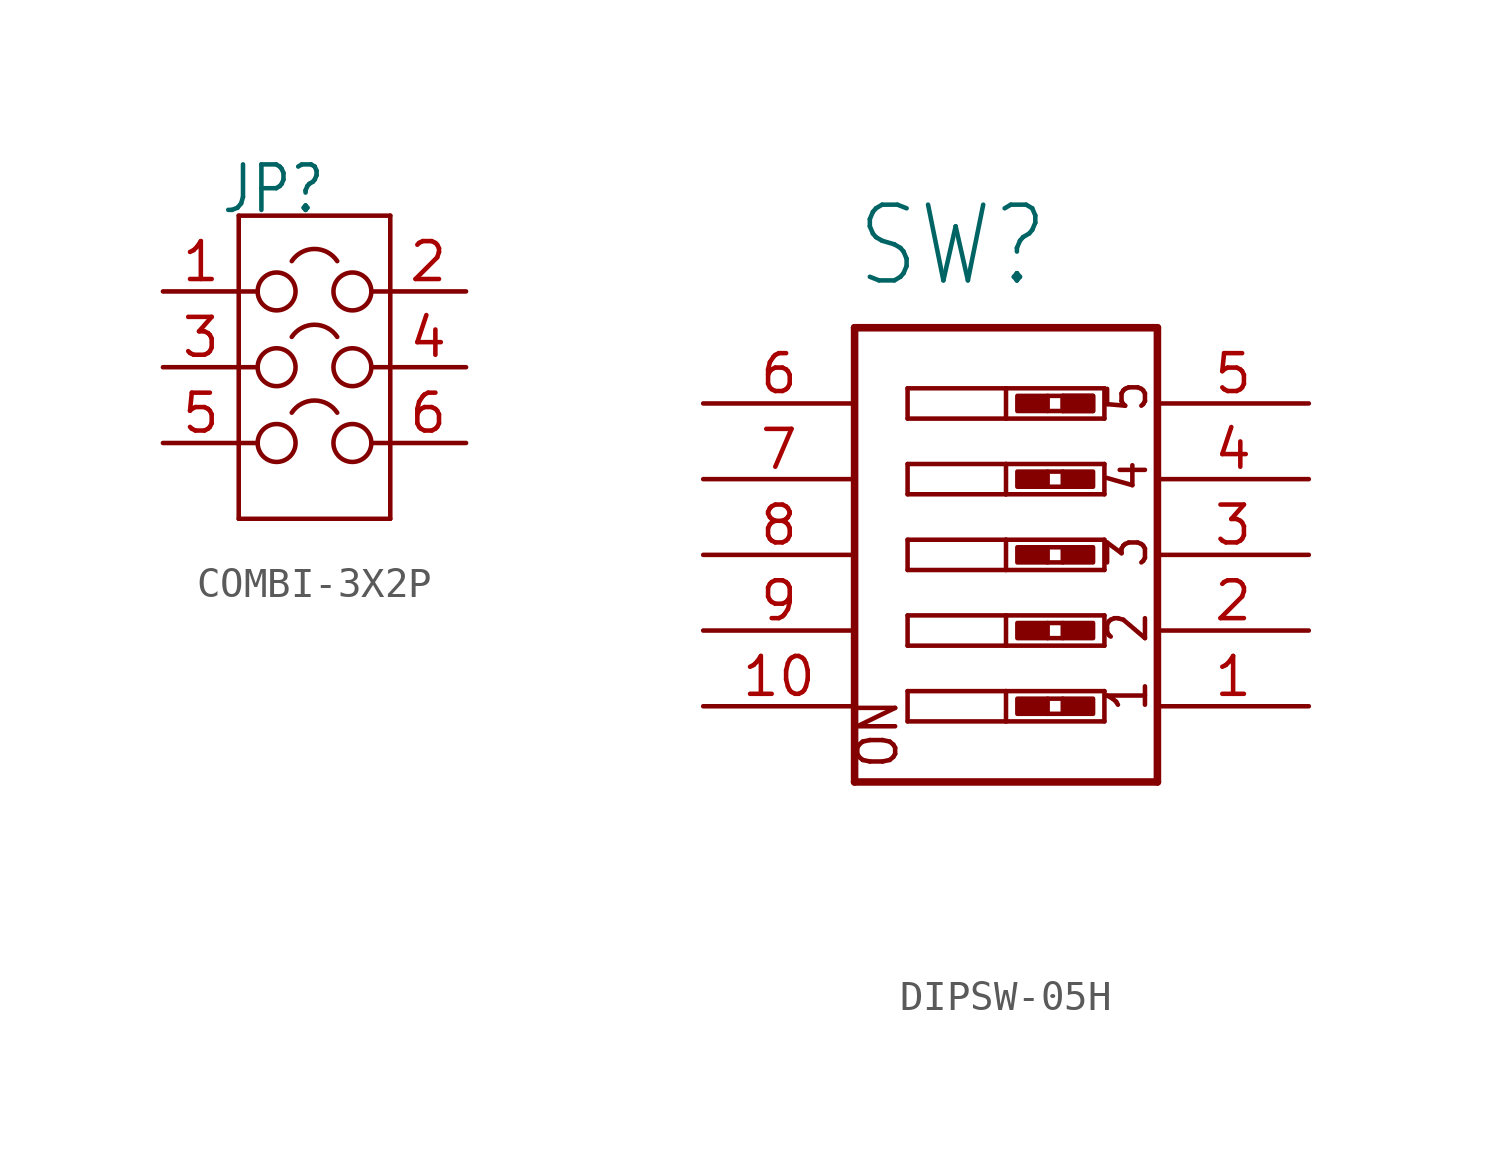
<source format=kicad_sym>
(kicad_symbol_lib
  (version 20220914)
  (generator kicad_symbol_editor)
  (symbol "COMBI-3X2P"
    (property "Reference" "JP"
      (at -3.175 5.08 0)
      (effects (font (size 1.524 1.295)) (justify left bottom)))
    (property "ki_locked" ""
      (at 0 0 0)
      (effects (font (size 1.27 1.27))))
    (symbol "COMBI-3X2P_1_0"
      (circle (center -1.27 -2.54) (radius 0.635) (stroke (width 0.152) (type solid)) (fill (type none)))
      (circle (center -1.27 0) (radius 0.635) (stroke (width 0.152) (type solid)) (fill (type none)))
      (circle (center -1.27 2.54) (radius 0.635) (stroke (width 0.152) (type solid)) (fill (type none)))
      (polyline (pts (xy -2.54 -5.08) (xy -2.54 5.08)) (stroke (width 0.152) (type solid)) (fill (type none)))
      (polyline (pts (xy -2.54 -2.54) (xy -1.905 -2.54)) (stroke (width 0.152) (type solid)) (fill (type none)))
      (polyline (pts (xy -2.54 0) (xy -1.905 0)) (stroke (width 0.152) (type solid)) (fill (type none)))
      (polyline (pts (xy -2.54 2.54) (xy -1.905 2.54)) (stroke (width 0.152) (type solid)) (fill (type none)))
      (polyline (pts (xy -2.54 5.08) (xy 2.54 5.08)) (stroke (width 0.152) (type solid)) (fill (type none)))
      (polyline (pts (xy 1.905 -2.54) (xy 2.54 -2.54)) (stroke (width 0.152) (type solid)) (fill (type none)))
      (polyline (pts (xy 1.905 0) (xy 2.54 0)) (stroke (width 0.152) (type solid)) (fill (type none)))
      (polyline (pts (xy 1.905 2.54) (xy 2.54 2.54)) (stroke (width 0.152) (type solid)) (fill (type none)))
      (polyline (pts (xy 2.54 -5.08) (xy -2.54 -5.08)) (stroke (width 0.152) (type solid)) (fill (type none)))
      (polyline (pts (xy 2.54 5.08) (xy 2.54 -5.08)) (stroke (width 0.152) (type solid)) (fill (type none)))
      (arc (start 0.7619 -1.5239) (mid -0.0001 -1.1162) (end -0.762 -1.524) (stroke (width 0.1524) (type solid)) (fill (type none)))
      (arc (start 0.762 1.016) (mid 0 1.4238) (end -0.762 1.016) (stroke (width 0.1524) (type solid)) (fill (type none)))
      (arc (start 0.762 3.556) (mid 0 3.9638) (end -0.762 3.556) (stroke (width 0.1524) (type solid)) (fill (type none)))
      (circle (center 1.27 -2.54) (radius 0.635) (stroke (width 0.152) (type solid)) (fill (type none)))
      (circle (center 1.27 0) (radius 0.635) (stroke (width 0.152) (type solid)) (fill (type none)))
      (circle (center 1.27 2.54) (radius 0.635) (stroke (width 0.152) (type solid)) (fill (type none)))
      (pin bidirectional line (at -5.08 2.54 0) (length 2.54) (name "1" (effects (font (size 0 0)))) (number "1" (effects (font (size 1.27 1.27)))))
      (pin bidirectional line (at 5.08 2.54 180) (length 2.54) (name "2" (effects (font (size 0 0)))) (number "2" (effects (font (size 1.27 1.27)))))
      (pin bidirectional line (at -5.08 0 0) (length 2.54) (name "3" (effects (font (size 0 0)))) (number "3" (effects (font (size 1.27 1.27)))))
      (pin bidirectional line (at 5.08 0 180) (length 2.54) (name "4" (effects (font (size 0 0)))) (number "4" (effects (font (size 1.27 1.27)))))
      (pin bidirectional line (at -5.08 -2.54 0) (length 2.54) (name "5" (effects (font (size 0 0)))) (number "5" (effects (font (size 1.27 1.27)))))
      (pin bidirectional line (at 5.08 -2.54 180) (length 2.54) (name "6" (effects (font (size 0 0)))) (number "6" (effects (font (size 1.27 1.27)))))))
  (symbol "DIPSW-05H"
    (property "Reference" "SW"
      (at -5.08 8.89 0)
      (effects (font (size 2.54 2.159)) (justify left bottom)))
    (property "Value" ""
      (at -5.08 -11.43 0)
      (effects (font (size 2.54 2.159)) (justify left bottom)))
    (property "ki_locked" ""
      (at 0 0 0)
      (effects (font (size 1.27 1.27))))
    (symbol "DIPSW-05H_1_0"
      (polyline (pts (xy -5.08 -7.62) (xy 5.08 -7.62)) (stroke (width 0.254) (type solid)) (fill (type none)))
      (polyline (pts (xy -5.08 7.62) (xy -5.08 -7.62)) (stroke (width 0.254) (type solid)) (fill (type none)))
      (polyline (pts (xy -3.302 -5.588) (xy -3.302 -4.572)) (stroke (width 0.152) (type solid)) (fill (type none)))
      (polyline (pts (xy -3.302 -4.572) (xy 0 -4.572)) (stroke (width 0.152) (type solid)) (fill (type none)))
      (polyline (pts (xy -3.302 -3.048) (xy -3.302 -2.032)) (stroke (width 0.152) (type solid)) (fill (type none)))
      (polyline (pts (xy -3.302 -2.032) (xy 0 -2.032)) (stroke (width 0.152) (type solid)) (fill (type none)))
      (polyline (pts (xy -3.302 -0.508) (xy -3.302 0.508)) (stroke (width 0.152) (type solid)) (fill (type none)))
      (polyline (pts (xy -3.302 0.508) (xy 0 0.508)) (stroke (width 0.152) (type solid)) (fill (type none)))
      (polyline (pts (xy -3.302 2.032) (xy -3.302 3.048)) (stroke (width 0.152) (type solid)) (fill (type none)))
      (polyline (pts (xy -3.302 3.048) (xy 0 3.048)) (stroke (width 0.152) (type solid)) (fill (type none)))
      (polyline (pts (xy -3.302 4.572) (xy -3.302 5.588)) (stroke (width 0.152) (type solid)) (fill (type none)))
      (polyline (pts (xy -3.302 5.588) (xy 0 5.588)) (stroke (width 0.152) (type solid)) (fill (type none)))
      (polyline (pts (xy 0 -5.588) (xy -3.302 -5.588)) (stroke (width 0.152) (type solid)) (fill (type none)))
      (polyline (pts (xy 0 -4.572) (xy 0 -5.588)) (stroke (width 0.152) (type solid)) (fill (type none)))
      (polyline (pts (xy 0 -4.572) (xy 3.302 -4.572)) (stroke (width 0.152) (type solid)) (fill (type none)))
      (polyline (pts (xy 0 -3.048) (xy -3.302 -3.048)) (stroke (width 0.152) (type solid)) (fill (type none)))
      (polyline (pts (xy 0 -2.032) (xy 0 -3.048)) (stroke (width 0.152) (type solid)) (fill (type none)))
      (polyline (pts (xy 0 -2.032) (xy 3.302 -2.032)) (stroke (width 0.152) (type solid)) (fill (type none)))
      (polyline (pts (xy 0 -0.508) (xy -3.302 -0.508)) (stroke (width 0.152) (type solid)) (fill (type none)))
      (polyline (pts (xy 0 0.508) (xy 0 -0.508)) (stroke (width 0.152) (type solid)) (fill (type none)))
      (polyline (pts (xy 0 0.508) (xy 3.302 0.508)) (stroke (width 0.152) (type solid)) (fill (type none)))
      (polyline (pts (xy 0 2.032) (xy -3.302 2.032)) (stroke (width 0.152) (type solid)) (fill (type none)))
      (polyline (pts (xy 0 3.048) (xy 0 2.032)) (stroke (width 0.152) (type solid)) (fill (type none)))
      (polyline (pts (xy 0 3.048) (xy 3.302 3.048)) (stroke (width 0.152) (type solid)) (fill (type none)))
      (polyline (pts (xy 0 4.572) (xy -3.302 4.572)) (stroke (width 0.152) (type solid)) (fill (type none)))
      (polyline (pts (xy 0 5.588) (xy 0 4.572)) (stroke (width 0.152) (type solid)) (fill (type none)))
      (polyline (pts (xy 0 5.588) (xy 3.302 5.588)) (stroke (width 0.152) (type solid)) (fill (type none)))
      (polyline (pts (xy 1.397 -5.334) (xy 1.905 -5.334)) (stroke (width 0) (type solid)) (fill (type none)))
      (polyline (pts (xy 1.397 -4.826) (xy 1.905 -4.826)) (stroke (width 0) (type solid)) (fill (type none)))
      (polyline (pts (xy 1.397 -2.794) (xy 1.905 -2.794)) (stroke (width 0) (type solid)) (fill (type none)))
      (polyline (pts (xy 1.397 -2.286) (xy 1.905 -2.286)) (stroke (width 0) (type solid)) (fill (type none)))
      (polyline (pts (xy 1.397 -0.254) (xy 1.905 -0.254)) (stroke (width 0) (type solid)) (fill (type none)))
      (polyline (pts (xy 1.397 0.254) (xy 1.905 0.254)) (stroke (width 0) (type solid)) (fill (type none)))
      (polyline (pts (xy 1.397 2.286) (xy 1.905 2.286)) (stroke (width 0) (type solid)) (fill (type none)))
      (polyline (pts (xy 1.397 2.794) (xy 1.905 2.794)) (stroke (width 0) (type solid)) (fill (type none)))
      (polyline (pts (xy 1.397 4.826) (xy 1.905 4.826)) (stroke (width 0) (type solid)) (fill (type none)))
      (polyline (pts (xy 1.397 5.334) (xy 1.905 5.334)) (stroke (width 0) (type solid)) (fill (type none)))
      (polyline (pts (xy 3.302 -5.588) (xy 0 -5.588)) (stroke (width 0.152) (type solid)) (fill (type none)))
      (polyline (pts (xy 3.302 -4.572) (xy 3.302 -5.588)) (stroke (width 0.152) (type solid)) (fill (type none)))
      (polyline (pts (xy 3.302 -3.048) (xy 0 -3.048)) (stroke (width 0.152) (type solid)) (fill (type none)))
      (polyline (pts (xy 3.302 -2.032) (xy 3.302 -3.048)) (stroke (width 0.152) (type solid)) (fill (type none)))
      (polyline (pts (xy 3.302 -0.508) (xy 0 -0.508)) (stroke (width 0.152) (type solid)) (fill (type none)))
      (polyline (pts (xy 3.302 0.508) (xy 3.302 -0.508)) (stroke (width 0.152) (type solid)) (fill (type none)))
      (polyline (pts (xy 3.302 2.032) (xy 0 2.032)) (stroke (width 0.152) (type solid)) (fill (type none)))
      (polyline (pts (xy 3.302 3.048) (xy 3.302 2.032)) (stroke (width 0.152) (type solid)) (fill (type none)))
      (polyline (pts (xy 3.302 4.572) (xy 0 4.572)) (stroke (width 0.152) (type solid)) (fill (type none)))
      (polyline (pts (xy 3.302 5.588) (xy 3.302 4.572)) (stroke (width 0.152) (type solid)) (fill (type none)))
      (polyline (pts (xy 5.08 -7.62) (xy 5.08 7.62)) (stroke (width 0.254) (type solid)) (fill (type none)))
      (polyline (pts (xy 5.08 7.62) (xy -5.08 7.62)) (stroke (width 0.254) (type solid)) (fill (type none)))
      (rectangle (start 0.381 -5.334) (end 1.397 -4.826) (stroke (width 0) (type default)) (fill (type outline)))
      (rectangle (start 0.381 -2.794) (end 1.397 -2.286) (stroke (width 0) (type default)) (fill (type outline)))
      (rectangle (start 0.381 -0.254) (end 1.397 0.254) (stroke (width 0) (type default)) (fill (type outline)))
      (rectangle (start 0.381 2.286) (end 1.397 2.794) (stroke (width 0) (type default)) (fill (type outline)))
      (rectangle (start 0.381 4.826) (end 1.397 5.334) (stroke (width 0) (type default)) (fill (type outline)))
      (rectangle (start 1.905 -5.334) (end 2.921 -4.826) (stroke (width 0) (type default)) (fill (type outline)))
      (rectangle (start 1.905 -2.794) (end 2.921 -2.286) (stroke (width 0) (type default)) (fill (type outline)))
      (rectangle (start 1.905 -0.254) (end 2.921 0.254) (stroke (width 0) (type default)) (fill (type outline)))
      (rectangle (start 1.905 2.286) (end 2.921 2.794) (stroke (width 0) (type default)) (fill (type outline)))
      (rectangle (start 1.905 4.826) (end 2.921 5.334) (stroke (width 0) (type default)) (fill (type outline)))
      (rectangle (start 1.905 4.826) (end 2.921 5.334) (stroke (width 0) (type default)) (fill (type outline)))
      (text "1" (at 4.826 -5.334 900) (effects (font (size 1.27 1.079)) (justify left bottom)))
      (text "2" (at 4.826 -3.048 900) (effects (font (size 1.27 1.079)) (justify left bottom)))
      (text "3" (at 4.826 -0.508 900) (effects (font (size 1.27 1.079)) (justify left bottom)))
      (text "4" (at 4.826 2.032 900) (effects (font (size 1.27 1.079)) (justify left bottom)))
      (text "5" (at 4.826 4.699 900) (effects (font (size 1.27 1.079)) (justify left bottom)))
      (text "ON" (at -3.556 -7.239 900) (effects (font (size 1.27 1.079)) (justify left bottom)))
      (pin passive line (at 10.16 -5.08 180) (length 5.08) (name "1" (effects (font (size 0 0)))) (number "1" (effects (font (size 1.27 1.27)))))
      (pin passive line (at -10.16 -5.08 0) (length 5.08) (name "10" (effects (font (size 0 0)))) (number "10" (effects (font (size 1.27 1.27)))))
      (pin passive line (at 10.16 -2.54 180) (length 5.08) (name "2" (effects (font (size 0 0)))) (number "2" (effects (font (size 1.27 1.27)))))
      (pin passive line (at 10.16 0 180) (length 5.08) (name "3" (effects (font (size 0 0)))) (number "3" (effects (font (size 1.27 1.27)))))
      (pin passive line (at 10.16 2.54 180) (length 5.08) (name "4" (effects (font (size 0 0)))) (number "4" (effects (font (size 1.27 1.27)))))
      (pin passive line (at 10.16 5.08 180) (length 5.08) (name "5" (effects (font (size 0 0)))) (number "5" (effects (font (size 1.27 1.27)))))
      (pin passive line (at -10.16 5.08 0) (length 5.08) (name "6" (effects (font (size 0 0)))) (number "6" (effects (font (size 1.27 1.27)))))
      (pin passive line (at -10.16 2.54 0) (length 5.08) (name "7" (effects (font (size 0 0)))) (number "7" (effects (font (size 1.27 1.27)))))
      (pin passive line (at -10.16 0 0) (length 5.08) (name "8" (effects (font (size 0 0)))) (number "8" (effects (font (size 1.27 1.27)))))
      (pin passive line (at -10.16 -2.54 0) (length 5.08) (name "9" (effects (font (size 0 0)))) (number "9" (effects (font (size 1.27 1.27))))))))
</source>
